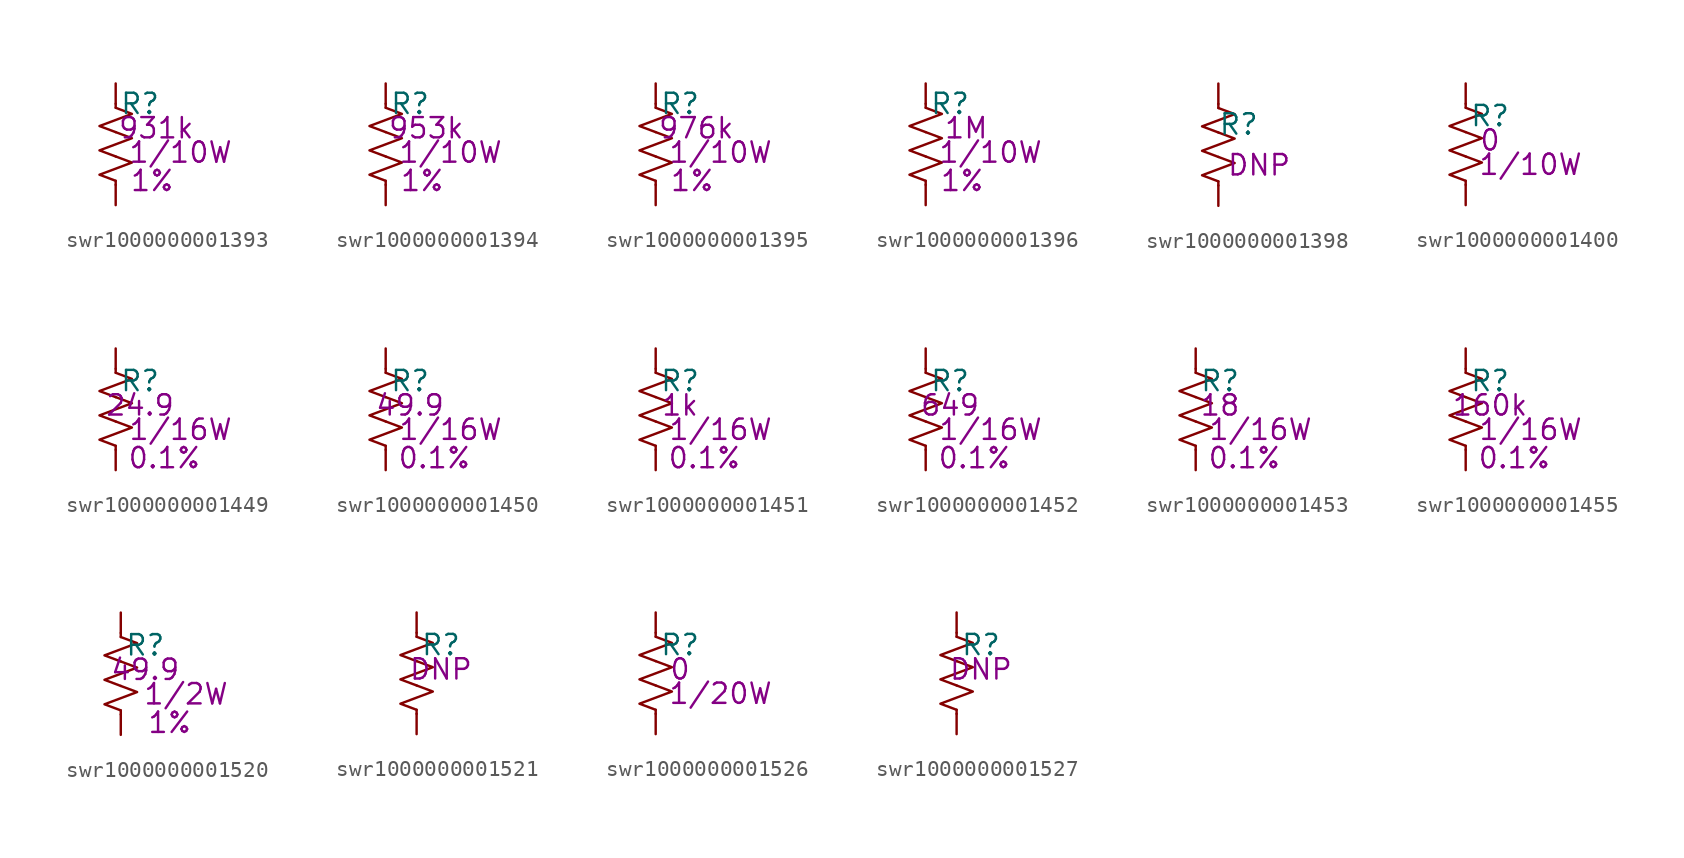
<source format=kicad_sym>
(kicad_symbol_lib
  (version 20211014)
  (generator kicad_symbol_editor)
  (symbol "swr1000000001393"
    (pin_numbers hide)
    (pin_names
      (offset 1.016))
    (property "Reference" "R"
      (at 1.524 2.54 0)
      (effects (font (size 1.27 1.27))))
    (property "PartValue" "931k"
      (at 2.54 1.016 0)
      (effects (font (size 1.27 1.27))))
    (property "Tolerance" "1%"
      (at 2.286 -2.286 0)
      (effects (font (size 1.27 1.27))))
    (property "Wattage" "1/10W"
      (at 4.064 -0.508 0)
      (effects (font (size 1.27 1.27))))
    (symbol "swr1000000001393_1_1"
      (polyline (pts (xy 0 -2.286) (xy 0 -2.54)) (stroke (width 0) (type default) (color 0 0 0 0)) (fill (type none)))
      (polyline (pts (xy 0 2.286) (xy 0 2.54)) (stroke (width 0) (type default) (color 0 0 0 0)) (fill (type none)))
      (polyline (pts (xy 0 -0.762) (xy 1.016 -1.143) (xy 0 -1.524) (xy -1.016 -1.905) (xy 0 -2.286)) (stroke (width 0) (type default) (color 0 0 0 0)) (fill (type none)))
      (polyline (pts (xy 0 0.762) (xy 1.016 0.381) (xy 0 0) (xy -1.016 -0.381) (xy 0 -0.762)) (stroke (width 0) (type default) (color 0 0 0 0)) (fill (type none)))
      (polyline (pts (xy 0 2.286) (xy 1.016 1.905) (xy 0 1.524) (xy -1.016 1.143) (xy 0 0.762)) (stroke (width 0) (type default) (color 0 0 0 0)) (fill (type none)))
      (pin passive line (at 0 3.81 270) (length 1.27) (name "~" (effects (font (size 1.27 1.27)))) (number "1" (effects (font (size 1.27 1.27)))))
      (pin passive line (at 0 -3.81 90) (length 1.27) (name "~" (effects (font (size 1.27 1.27)))) (number "2" (effects (font (size 1.27 1.27)))))))
  (symbol "swr1000000001394"
    (pin_numbers hide)
    (pin_names
      (offset 1.016))
    (property "Reference" "R"
      (at 1.524 2.54 0)
      (effects (font (size 1.27 1.27))))
    (property "PartValue" "953k"
      (at 2.54 1.016 0)
      (effects (font (size 1.27 1.27))))
    (property "Tolerance" "1%"
      (at 2.286 -2.286 0)
      (effects (font (size 1.27 1.27))))
    (property "Wattage" "1/10W"
      (at 4.064 -0.508 0)
      (effects (font (size 1.27 1.27))))
    (symbol "swr1000000001394_1_1"
      (polyline (pts (xy 0 -2.286) (xy 0 -2.54)) (stroke (width 0) (type default) (color 0 0 0 0)) (fill (type none)))
      (polyline (pts (xy 0 2.286) (xy 0 2.54)) (stroke (width 0) (type default) (color 0 0 0 0)) (fill (type none)))
      (polyline (pts (xy 0 -0.762) (xy 1.016 -1.143) (xy 0 -1.524) (xy -1.016 -1.905) (xy 0 -2.286)) (stroke (width 0) (type default) (color 0 0 0 0)) (fill (type none)))
      (polyline (pts (xy 0 0.762) (xy 1.016 0.381) (xy 0 0) (xy -1.016 -0.381) (xy 0 -0.762)) (stroke (width 0) (type default) (color 0 0 0 0)) (fill (type none)))
      (polyline (pts (xy 0 2.286) (xy 1.016 1.905) (xy 0 1.524) (xy -1.016 1.143) (xy 0 0.762)) (stroke (width 0) (type default) (color 0 0 0 0)) (fill (type none)))
      (pin passive line (at 0 3.81 270) (length 1.27) (name "~" (effects (font (size 1.27 1.27)))) (number "1" (effects (font (size 1.27 1.27)))))
      (pin passive line (at 0 -3.81 90) (length 1.27) (name "~" (effects (font (size 1.27 1.27)))) (number "2" (effects (font (size 1.27 1.27)))))))
  (symbol "swr1000000001395"
    (pin_numbers hide)
    (pin_names
      (offset 1.016))
    (property "Reference" "R"
      (at 1.524 2.54 0)
      (effects (font (size 1.27 1.27))))
    (property "PartValue" "976k"
      (at 2.54 1.016 0)
      (effects (font (size 1.27 1.27))))
    (property "Tolerance" "1%"
      (at 2.286 -2.286 0)
      (effects (font (size 1.27 1.27))))
    (property "Wattage" "1/10W"
      (at 4.064 -0.508 0)
      (effects (font (size 1.27 1.27))))
    (symbol "swr1000000001395_1_1"
      (polyline (pts (xy 0 -2.286) (xy 0 -2.54)) (stroke (width 0) (type default) (color 0 0 0 0)) (fill (type none)))
      (polyline (pts (xy 0 2.286) (xy 0 2.54)) (stroke (width 0) (type default) (color 0 0 0 0)) (fill (type none)))
      (polyline (pts (xy 0 -0.762) (xy 1.016 -1.143) (xy 0 -1.524) (xy -1.016 -1.905) (xy 0 -2.286)) (stroke (width 0) (type default) (color 0 0 0 0)) (fill (type none)))
      (polyline (pts (xy 0 0.762) (xy 1.016 0.381) (xy 0 0) (xy -1.016 -0.381) (xy 0 -0.762)) (stroke (width 0) (type default) (color 0 0 0 0)) (fill (type none)))
      (polyline (pts (xy 0 2.286) (xy 1.016 1.905) (xy 0 1.524) (xy -1.016 1.143) (xy 0 0.762)) (stroke (width 0) (type default) (color 0 0 0 0)) (fill (type none)))
      (pin passive line (at 0 3.81 270) (length 1.27) (name "~" (effects (font (size 1.27 1.27)))) (number "1" (effects (font (size 1.27 1.27)))))
      (pin passive line (at 0 -3.81 90) (length 1.27) (name "~" (effects (font (size 1.27 1.27)))) (number "2" (effects (font (size 1.27 1.27)))))))
  (symbol "swr1000000001396"
    (pin_numbers hide)
    (pin_names
      (offset 1.016))
    (property "Reference" "R"
      (at 1.524 2.54 0)
      (effects (font (size 1.27 1.27))))
    (property "PartValue" "1M"
      (at 2.54 1.016 0)
      (effects (font (size 1.27 1.27))))
    (property "Tolerance" "1%"
      (at 2.286 -2.286 0)
      (effects (font (size 1.27 1.27))))
    (property "Wattage" "1/10W"
      (at 4.064 -0.508 0)
      (effects (font (size 1.27 1.27))))
    (symbol "swr1000000001396_1_1"
      (polyline (pts (xy 0 -2.286) (xy 0 -2.54)) (stroke (width 0) (type default) (color 0 0 0 0)) (fill (type none)))
      (polyline (pts (xy 0 2.286) (xy 0 2.54)) (stroke (width 0) (type default) (color 0 0 0 0)) (fill (type none)))
      (polyline (pts (xy 0 -0.762) (xy 1.016 -1.143) (xy 0 -1.524) (xy -1.016 -1.905) (xy 0 -2.286)) (stroke (width 0) (type default) (color 0 0 0 0)) (fill (type none)))
      (polyline (pts (xy 0 0.762) (xy 1.016 0.381) (xy 0 0) (xy -1.016 -0.381) (xy 0 -0.762)) (stroke (width 0) (type default) (color 0 0 0 0)) (fill (type none)))
      (polyline (pts (xy 0 2.286) (xy 1.016 1.905) (xy 0 1.524) (xy -1.016 1.143) (xy 0 0.762)) (stroke (width 0) (type default) (color 0 0 0 0)) (fill (type none)))
      (pin passive line (at 0 3.81 270) (length 1.27) (name "~" (effects (font (size 1.27 1.27)))) (number "1" (effects (font (size 1.27 1.27)))))
      (pin passive line (at 0 -3.81 90) (length 1.27) (name "~" (effects (font (size 1.27 1.27)))) (number "2" (effects (font (size 1.27 1.27)))))))
  (symbol "swr1000000001398"
    (pin_numbers hide)
    (pin_names
      (offset 1.016))
    (property "Reference" "R"
      (at 1.27 1.27 0)
      (effects (font (size 1.27 1.27))))
    (property "PartValue" "DNP"
      (at 2.54 -1.27 0)
      (effects (font (size 1.27 1.27))))
    (symbol "swr1000000001398_1_1"
      (polyline (pts (xy 0 -2.286) (xy 0 -2.54)) (stroke (width 0) (type default) (color 0 0 0 0)) (fill (type none)))
      (polyline (pts (xy 0 2.286) (xy 0 2.54)) (stroke (width 0) (type default) (color 0 0 0 0)) (fill (type none)))
      (polyline (pts (xy 0 -0.762) (xy 1.016 -1.143) (xy 0 -1.524) (xy -1.016 -1.905) (xy 0 -2.286)) (stroke (width 0) (type default) (color 0 0 0 0)) (fill (type none)))
      (polyline (pts (xy 0 0.762) (xy 1.016 0.381) (xy 0 0) (xy -1.016 -0.381) (xy 0 -0.762)) (stroke (width 0) (type default) (color 0 0 0 0)) (fill (type none)))
      (polyline (pts (xy 0 2.286) (xy 1.016 1.905) (xy 0 1.524) (xy -1.016 1.143) (xy 0 0.762)) (stroke (width 0) (type default) (color 0 0 0 0)) (fill (type none)))
      (pin passive line (at 0 3.81 270) (length 1.27) (name "~" (effects (font (size 1.27 1.27)))) (number "1" (effects (font (size 1.27 1.27)))))
      (pin passive line (at 0 -3.81 90) (length 1.27) (name "~" (effects (font (size 1.27 1.27)))) (number "2" (effects (font (size 1.27 1.27)))))))
  (symbol "swr1000000001400"
    (pin_numbers hide)
    (pin_names
      (offset 1.016))
    (property "Reference" "R"
      (at 1.524 1.778 0)
      (effects (font (size 1.27 1.27))))
    (property "Wattage" "1/10W"
      (at 4.064 -1.27 0)
      (effects (font (size 1.27 1.27))))
    (property "PartValue" "0"
      (at 1.524 0.254 0)
      (effects (font (size 1.27 1.27))))
    (symbol "swr1000000001400_1_1"
      (polyline (pts (xy 0 -2.286) (xy 0 -2.54)) (stroke (width 0) (type default) (color 0 0 0 0)) (fill (type none)))
      (polyline (pts (xy 0 2.286) (xy 0 2.54)) (stroke (width 0) (type default) (color 0 0 0 0)) (fill (type none)))
      (polyline (pts (xy 0 -0.762) (xy 1.016 -1.143) (xy 0 -1.524) (xy -1.016 -1.905) (xy 0 -2.286)) (stroke (width 0) (type default) (color 0 0 0 0)) (fill (type none)))
      (polyline (pts (xy 0 0.762) (xy 1.016 0.381) (xy 0 0) (xy -1.016 -0.381) (xy 0 -0.762)) (stroke (width 0) (type default) (color 0 0 0 0)) (fill (type none)))
      (polyline (pts (xy 0 2.286) (xy 1.016 1.905) (xy 0 1.524) (xy -1.016 1.143) (xy 0 0.762)) (stroke (width 0) (type default) (color 0 0 0 0)) (fill (type none)))
      (pin passive line (at 0 3.81 270) (length 1.27) (name "~" (effects (font (size 1.27 1.27)))) (number "1" (effects (font (size 1.27 1.27)))))
      (pin passive line (at 0 -3.81 90) (length 1.27) (name "~" (effects (font (size 1.27 1.27)))) (number "2" (effects (font (size 1.27 1.27)))))))
  (symbol "swr1000000001449"
    (pin_numbers hide)
    (pin_names
      (offset 1.016))
    (property "Reference" "R"
      (at 1.524 1.778 0)
      (effects (font (size 1.27 1.27))))
    (property "Wattage" "1/16W"
      (at 4.064 -1.27 0)
      (effects (font (size 1.27 1.27))))
    (property "PartValue" "24.9"
      (at 1.524 0.254 0)
      (effects (font (size 1.27 1.27))))
    (property "Tolerance" "0.1%"
      (at 3.048 -3.048 0)
      (effects (font (size 1.27 1.27))))
    (symbol "swr1000000001449_1_1"
      (polyline (pts (xy 0 -2.286) (xy 0 -2.54)) (stroke (width 0) (type default) (color 0 0 0 0)) (fill (type none)))
      (polyline (pts (xy 0 2.286) (xy 0 2.54)) (stroke (width 0) (type default) (color 0 0 0 0)) (fill (type none)))
      (polyline (pts (xy 0 -0.762) (xy 1.016 -1.143) (xy 0 -1.524) (xy -1.016 -1.905) (xy 0 -2.286)) (stroke (width 0) (type default) (color 0 0 0 0)) (fill (type none)))
      (polyline (pts (xy 0 0.762) (xy 1.016 0.381) (xy 0 0) (xy -1.016 -0.381) (xy 0 -0.762)) (stroke (width 0) (type default) (color 0 0 0 0)) (fill (type none)))
      (polyline (pts (xy 0 2.286) (xy 1.016 1.905) (xy 0 1.524) (xy -1.016 1.143) (xy 0 0.762)) (stroke (width 0) (type default) (color 0 0 0 0)) (fill (type none)))
      (pin passive line (at 0 3.81 270) (length 1.27) (name "~" (effects (font (size 1.27 1.27)))) (number "1" (effects (font (size 1.27 1.27)))))
      (pin passive line (at 0 -3.81 90) (length 1.27) (name "~" (effects (font (size 1.27 1.27)))) (number "2" (effects (font (size 1.27 1.27)))))))
  (symbol "swr1000000001450"
    (pin_numbers hide)
    (pin_names
      (offset 1.016))
    (property "Reference" "R"
      (at 1.524 1.778 0)
      (effects (font (size 1.27 1.27))))
    (property "Wattage" "1/16W"
      (at 4.064 -1.27 0)
      (effects (font (size 1.27 1.27))))
    (property "PartValue" "49.9"
      (at 1.524 0.254 0)
      (effects (font (size 1.27 1.27))))
    (property "Tolerance" "0.1%"
      (at 3.048 -3.048 0)
      (effects (font (size 1.27 1.27))))
    (symbol "swr1000000001450_1_1"
      (polyline (pts (xy 0 -2.286) (xy 0 -2.54)) (stroke (width 0) (type default) (color 0 0 0 0)) (fill (type none)))
      (polyline (pts (xy 0 2.286) (xy 0 2.54)) (stroke (width 0) (type default) (color 0 0 0 0)) (fill (type none)))
      (polyline (pts (xy 0 -0.762) (xy 1.016 -1.143) (xy 0 -1.524) (xy -1.016 -1.905) (xy 0 -2.286)) (stroke (width 0) (type default) (color 0 0 0 0)) (fill (type none)))
      (polyline (pts (xy 0 0.762) (xy 1.016 0.381) (xy 0 0) (xy -1.016 -0.381) (xy 0 -0.762)) (stroke (width 0) (type default) (color 0 0 0 0)) (fill (type none)))
      (polyline (pts (xy 0 2.286) (xy 1.016 1.905) (xy 0 1.524) (xy -1.016 1.143) (xy 0 0.762)) (stroke (width 0) (type default) (color 0 0 0 0)) (fill (type none)))
      (pin passive line (at 0 3.81 270) (length 1.27) (name "~" (effects (font (size 1.27 1.27)))) (number "1" (effects (font (size 1.27 1.27)))))
      (pin passive line (at 0 -3.81 90) (length 1.27) (name "~" (effects (font (size 1.27 1.27)))) (number "2" (effects (font (size 1.27 1.27)))))))
  (symbol "swr1000000001451"
    (pin_numbers hide)
    (pin_names
      (offset 1.016))
    (property "Reference" "R"
      (at 1.524 1.778 0)
      (effects (font (size 1.27 1.27))))
    (property "Wattage" "1/16W"
      (at 4.064 -1.27 0)
      (effects (font (size 1.27 1.27))))
    (property "PartValue" "1k"
      (at 1.524 0.254 0)
      (effects (font (size 1.27 1.27))))
    (property "Tolerance" "0.1%"
      (at 3.048 -3.048 0)
      (effects (font (size 1.27 1.27))))
    (symbol "swr1000000001451_1_1"
      (polyline (pts (xy 0 -2.286) (xy 0 -2.54)) (stroke (width 0) (type default) (color 0 0 0 0)) (fill (type none)))
      (polyline (pts (xy 0 2.286) (xy 0 2.54)) (stroke (width 0) (type default) (color 0 0 0 0)) (fill (type none)))
      (polyline (pts (xy 0 -0.762) (xy 1.016 -1.143) (xy 0 -1.524) (xy -1.016 -1.905) (xy 0 -2.286)) (stroke (width 0) (type default) (color 0 0 0 0)) (fill (type none)))
      (polyline (pts (xy 0 0.762) (xy 1.016 0.381) (xy 0 0) (xy -1.016 -0.381) (xy 0 -0.762)) (stroke (width 0) (type default) (color 0 0 0 0)) (fill (type none)))
      (polyline (pts (xy 0 2.286) (xy 1.016 1.905) (xy 0 1.524) (xy -1.016 1.143) (xy 0 0.762)) (stroke (width 0) (type default) (color 0 0 0 0)) (fill (type none)))
      (pin passive line (at 0 3.81 270) (length 1.27) (name "~" (effects (font (size 1.27 1.27)))) (number "1" (effects (font (size 1.27 1.27)))))
      (pin passive line (at 0 -3.81 90) (length 1.27) (name "~" (effects (font (size 1.27 1.27)))) (number "2" (effects (font (size 1.27 1.27)))))))
  (symbol "swr1000000001452"
    (pin_numbers hide)
    (pin_names
      (offset 1.016))
    (property "Reference" "R"
      (at 1.524 1.778 0)
      (effects (font (size 1.27 1.27))))
    (property "Wattage" "1/16W"
      (at 4.064 -1.27 0)
      (effects (font (size 1.27 1.27))))
    (property "PartValue" "649"
      (at 1.524 0.254 0)
      (effects (font (size 1.27 1.27))))
    (property "Tolerance" "0.1%"
      (at 3.048 -3.048 0)
      (effects (font (size 1.27 1.27))))
    (symbol "swr1000000001452_1_1"
      (polyline (pts (xy 0 -2.286) (xy 0 -2.54)) (stroke (width 0) (type default) (color 0 0 0 0)) (fill (type none)))
      (polyline (pts (xy 0 2.286) (xy 0 2.54)) (stroke (width 0) (type default) (color 0 0 0 0)) (fill (type none)))
      (polyline (pts (xy 0 -0.762) (xy 1.016 -1.143) (xy 0 -1.524) (xy -1.016 -1.905) (xy 0 -2.286)) (stroke (width 0) (type default) (color 0 0 0 0)) (fill (type none)))
      (polyline (pts (xy 0 0.762) (xy 1.016 0.381) (xy 0 0) (xy -1.016 -0.381) (xy 0 -0.762)) (stroke (width 0) (type default) (color 0 0 0 0)) (fill (type none)))
      (polyline (pts (xy 0 2.286) (xy 1.016 1.905) (xy 0 1.524) (xy -1.016 1.143) (xy 0 0.762)) (stroke (width 0) (type default) (color 0 0 0 0)) (fill (type none)))
      (pin passive line (at 0 3.81 270) (length 1.27) (name "~" (effects (font (size 1.27 1.27)))) (number "1" (effects (font (size 1.27 1.27)))))
      (pin passive line (at 0 -3.81 90) (length 1.27) (name "~" (effects (font (size 1.27 1.27)))) (number "2" (effects (font (size 1.27 1.27)))))))
  (symbol "swr1000000001453"
    (pin_numbers hide)
    (pin_names
      (offset 1.016))
    (property "Reference" "R"
      (at 1.524 1.778 0)
      (effects (font (size 1.27 1.27))))
    (property "Wattage" "1/16W"
      (at 4.064 -1.27 0)
      (effects (font (size 1.27 1.27))))
    (property "PartValue" "18"
      (at 1.524 0.254 0)
      (effects (font (size 1.27 1.27))))
    (property "Tolerance" "0.1%"
      (at 3.048 -3.048 0)
      (effects (font (size 1.27 1.27))))
    (symbol "swr1000000001453_1_1"
      (polyline (pts (xy 0 -2.286) (xy 0 -2.54)) (stroke (width 0) (type default) (color 0 0 0 0)) (fill (type none)))
      (polyline (pts (xy 0 2.286) (xy 0 2.54)) (stroke (width 0) (type default) (color 0 0 0 0)) (fill (type none)))
      (polyline (pts (xy 0 -0.762) (xy 1.016 -1.143) (xy 0 -1.524) (xy -1.016 -1.905) (xy 0 -2.286)) (stroke (width 0) (type default) (color 0 0 0 0)) (fill (type none)))
      (polyline (pts (xy 0 0.762) (xy 1.016 0.381) (xy 0 0) (xy -1.016 -0.381) (xy 0 -0.762)) (stroke (width 0) (type default) (color 0 0 0 0)) (fill (type none)))
      (polyline (pts (xy 0 2.286) (xy 1.016 1.905) (xy 0 1.524) (xy -1.016 1.143) (xy 0 0.762)) (stroke (width 0) (type default) (color 0 0 0 0)) (fill (type none)))
      (pin passive line (at 0 3.81 270) (length 1.27) (name "~" (effects (font (size 1.27 1.27)))) (number "1" (effects (font (size 1.27 1.27)))))
      (pin passive line (at 0 -3.81 90) (length 1.27) (name "~" (effects (font (size 1.27 1.27)))) (number "2" (effects (font (size 1.27 1.27)))))))
  (symbol "swr1000000001455"
    (pin_numbers hide)
    (pin_names
      (offset 1.016))
    (property "Reference" "R"
      (at 1.524 1.778 0)
      (effects (font (size 1.27 1.27))))
    (property "Wattage" "1/16W"
      (at 4.064 -1.27 0)
      (effects (font (size 1.27 1.27))))
    (property "PartValue" "160k"
      (at 1.524 0.254 0)
      (effects (font (size 1.27 1.27))))
    (property "Tolerance" "0.1%"
      (at 3.048 -3.048 0)
      (effects (font (size 1.27 1.27))))
    (symbol "swr1000000001455_1_1"
      (polyline (pts (xy 0 -2.286) (xy 0 -2.54)) (stroke (width 0) (type default) (color 0 0 0 0)) (fill (type none)))
      (polyline (pts (xy 0 2.286) (xy 0 2.54)) (stroke (width 0) (type default) (color 0 0 0 0)) (fill (type none)))
      (polyline (pts (xy 0 -0.762) (xy 1.016 -1.143) (xy 0 -1.524) (xy -1.016 -1.905) (xy 0 -2.286)) (stroke (width 0) (type default) (color 0 0 0 0)) (fill (type none)))
      (polyline (pts (xy 0 0.762) (xy 1.016 0.381) (xy 0 0) (xy -1.016 -0.381) (xy 0 -0.762)) (stroke (width 0) (type default) (color 0 0 0 0)) (fill (type none)))
      (polyline (pts (xy 0 2.286) (xy 1.016 1.905) (xy 0 1.524) (xy -1.016 1.143) (xy 0 0.762)) (stroke (width 0) (type default) (color 0 0 0 0)) (fill (type none)))
      (pin passive line (at 0 3.81 270) (length 1.27) (name "~" (effects (font (size 1.27 1.27)))) (number "1" (effects (font (size 1.27 1.27)))))
      (pin passive line (at 0 -3.81 90) (length 1.27) (name "~" (effects (font (size 1.27 1.27)))) (number "2" (effects (font (size 1.27 1.27)))))))
  (symbol "swr1000000001520"
    (pin_numbers hide)
    (pin_names
      (offset 1.016))
    (property "Reference" "R"
      (at 1.524 1.778 0)
      (effects (font (size 1.27 1.27))))
    (property "Wattage" "1/2W"
      (at 4.064 -1.27 0)
      (effects (font (size 1.27 1.27))))
    (property "PartValue" "49.9"
      (at 1.524 0.254 0)
      (effects (font (size 1.27 1.27))))
    (property "Tolerance" "1%"
      (at 3.048 -3.048 0)
      (effects (font (size 1.27 1.27))))
    (symbol "swr1000000001520_1_1"
      (polyline (pts (xy 0 -2.286) (xy 0 -2.54)) (stroke (width 0) (type default) (color 0 0 0 0)) (fill (type none)))
      (polyline (pts (xy 0 2.286) (xy 0 2.54)) (stroke (width 0) (type default) (color 0 0 0 0)) (fill (type none)))
      (polyline (pts (xy 0 -0.762) (xy 1.016 -1.143) (xy 0 -1.524) (xy -1.016 -1.905) (xy 0 -2.286)) (stroke (width 0) (type default) (color 0 0 0 0)) (fill (type none)))
      (polyline (pts (xy 0 0.762) (xy 1.016 0.381) (xy 0 0) (xy -1.016 -0.381) (xy 0 -0.762)) (stroke (width 0) (type default) (color 0 0 0 0)) (fill (type none)))
      (polyline (pts (xy 0 2.286) (xy 1.016 1.905) (xy 0 1.524) (xy -1.016 1.143) (xy 0 0.762)) (stroke (width 0) (type default) (color 0 0 0 0)) (fill (type none)))
      (pin passive line (at 0 3.81 270) (length 1.27) (name "~" (effects (font (size 1.27 1.27)))) (number "1" (effects (font (size 1.27 1.27)))))
      (pin passive line (at 0 -3.81 90) (length 1.27) (name "~" (effects (font (size 1.27 1.27)))) (number "2" (effects (font (size 1.27 1.27)))))))
  (symbol "swr1000000001521"
    (pin_numbers hide)
    (pin_names
      (offset 1.016))
    (property "Reference" "R"
      (at 1.524 1.778 0)
      (effects (font (size 1.27 1.27))))
    (property "PartValue" "DNP"
      (at 1.524 0.254 0)
      (effects (font (size 1.27 1.27))))
    (symbol "swr1000000001521_1_1"
      (polyline (pts (xy 0 -2.286) (xy 0 -2.54)) (stroke (width 0) (type default) (color 0 0 0 0)) (fill (type none)))
      (polyline (pts (xy 0 2.286) (xy 0 2.54)) (stroke (width 0) (type default) (color 0 0 0 0)) (fill (type none)))
      (polyline (pts (xy 0 -0.762) (xy 1.016 -1.143) (xy 0 -1.524) (xy -1.016 -1.905) (xy 0 -2.286)) (stroke (width 0) (type default) (color 0 0 0 0)) (fill (type none)))
      (polyline (pts (xy 0 0.762) (xy 1.016 0.381) (xy 0 0) (xy -1.016 -0.381) (xy 0 -0.762)) (stroke (width 0) (type default) (color 0 0 0 0)) (fill (type none)))
      (polyline (pts (xy 0 2.286) (xy 1.016 1.905) (xy 0 1.524) (xy -1.016 1.143) (xy 0 0.762)) (stroke (width 0) (type default) (color 0 0 0 0)) (fill (type none)))
      (pin passive line (at 0 3.81 270) (length 1.27) (name "~" (effects (font (size 1.27 1.27)))) (number "1" (effects (font (size 1.27 1.27)))))
      (pin passive line (at 0 -3.81 90) (length 1.27) (name "~" (effects (font (size 1.27 1.27)))) (number "2" (effects (font (size 1.27 1.27)))))))
  (symbol "swr1000000001526"
    (pin_numbers hide)
    (pin_names
      (offset 1.016))
    (property "Reference" "R"
      (at 1.524 1.778 0)
      (effects (font (size 1.27 1.27))))
    (property "Wattage" "1/20W"
      (at 4.064 -1.27 0)
      (effects (font (size 1.27 1.27))))
    (property "PartValue" "0"
      (at 1.524 0.254 0)
      (effects (font (size 1.27 1.27))))
    (symbol "swr1000000001526_1_1"
      (polyline (pts (xy 0 -2.286) (xy 0 -2.54)) (stroke (width 0) (type default) (color 0 0 0 0)) (fill (type none)))
      (polyline (pts (xy 0 2.286) (xy 0 2.54)) (stroke (width 0) (type default) (color 0 0 0 0)) (fill (type none)))
      (polyline (pts (xy 0 -0.762) (xy 1.016 -1.143) (xy 0 -1.524) (xy -1.016 -1.905) (xy 0 -2.286)) (stroke (width 0) (type default) (color 0 0 0 0)) (fill (type none)))
      (polyline (pts (xy 0 0.762) (xy 1.016 0.381) (xy 0 0) (xy -1.016 -0.381) (xy 0 -0.762)) (stroke (width 0) (type default) (color 0 0 0 0)) (fill (type none)))
      (polyline (pts (xy 0 2.286) (xy 1.016 1.905) (xy 0 1.524) (xy -1.016 1.143) (xy 0 0.762)) (stroke (width 0) (type default) (color 0 0 0 0)) (fill (type none)))
      (pin passive line (at 0 3.81 270) (length 1.27) (name "~" (effects (font (size 1.27 1.27)))) (number "1" (effects (font (size 1.27 1.27)))))
      (pin passive line (at 0 -3.81 90) (length 1.27) (name "~" (effects (font (size 1.27 1.27)))) (number "2" (effects (font (size 1.27 1.27)))))))
  (symbol "swr1000000001527"
    (pin_numbers hide)
    (pin_names
      (offset 1.016))
    (property "Reference" "R"
      (at 1.524 1.778 0)
      (effects (font (size 1.27 1.27))))
    (property "PartValue" "DNP"
      (at 1.524 0.254 0)
      (effects (font (size 1.27 1.27))))
    (symbol "swr1000000001527_1_1"
      (polyline (pts (xy 0 -2.286) (xy 0 -2.54)) (stroke (width 0) (type default) (color 0 0 0 0)) (fill (type none)))
      (polyline (pts (xy 0 2.286) (xy 0 2.54)) (stroke (width 0) (type default) (color 0 0 0 0)) (fill (type none)))
      (polyline (pts (xy 0 -0.762) (xy 1.016 -1.143) (xy 0 -1.524) (xy -1.016 -1.905) (xy 0 -2.286)) (stroke (width 0) (type default) (color 0 0 0 0)) (fill (type none)))
      (polyline (pts (xy 0 0.762) (xy 1.016 0.381) (xy 0 0) (xy -1.016 -0.381) (xy 0 -0.762)) (stroke (width 0) (type default) (color 0 0 0 0)) (fill (type none)))
      (polyline (pts (xy 0 2.286) (xy 1.016 1.905) (xy 0 1.524) (xy -1.016 1.143) (xy 0 0.762)) (stroke (width 0) (type default) (color 0 0 0 0)) (fill (type none)))
      (pin passive line (at 0 3.81 270) (length 1.27) (name "~" (effects (font (size 1.27 1.27)))) (number "1" (effects (font (size 1.27 1.27)))))
      (pin passive line (at 0 -3.81 90) (length 1.27) (name "~" (effects (font (size 1.27 1.27)))) (number "2" (effects (font (size 1.27 1.27))))))))
</source>
